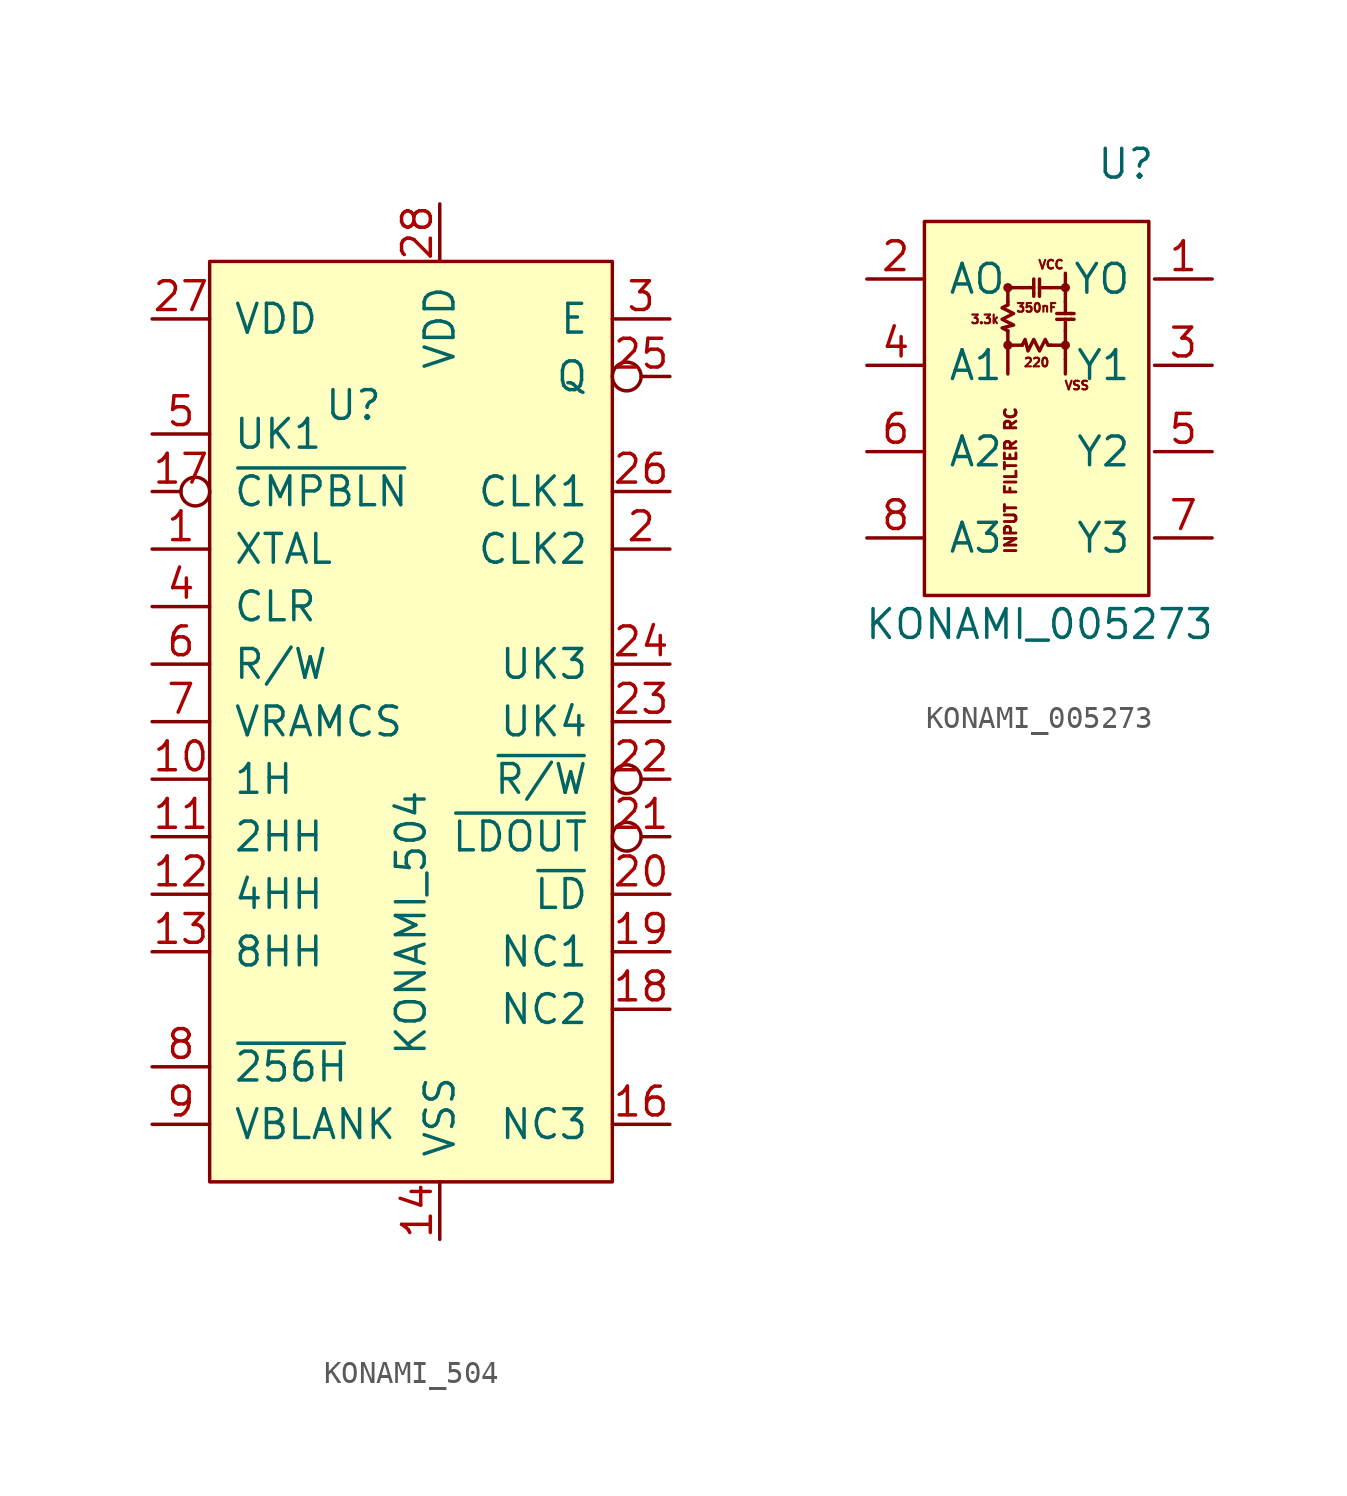
<source format=kicad_sym>
(kicad_symbol_lib
  (version 20231120)
  (generator "kicad_symbol_editor")
  (generator_version "8.0")
  (symbol "KONAMI_504"
    (pin_names
      (offset 1.016))
    (property "Reference" "U"
      (at 0 0 0)
      (effects (font (size 1.27 1.27))))
    (property "Value" "KONAMI_504"
      (at 2.54 -22.86 90)
      (effects (font (size 1.27 1.27))))
    (symbol "KONAMI_504_0_1"
      (rectangle (start -6.35 6.35) (end 11.43 -34.29) (stroke (width 0) (type default)) (fill (type background))))
    (symbol "KONAMI_504_1_1"
      (pin input line (at -8.89 -6.35 0) (length 2.54) (name "XTAL" (effects (font (size 1.27 1.27)))) (number "1" (effects (font (size 1.27 1.27)))))
      (pin input line (at -8.89 -16.51 0) (length 2.54) (name "1H" (effects (font (size 1.27 1.27)))) (number "10" (effects (font (size 1.27 1.27)))))
      (pin input line (at -8.89 -19.05 0) (length 2.54) (name "2HH" (effects (font (size 1.27 1.27)))) (number "11" (effects (font (size 1.27 1.27)))))
      (pin input line (at -8.89 -21.59 0) (length 2.54) (name "4HH" (effects (font (size 1.27 1.27)))) (number "12" (effects (font (size 1.27 1.27)))))
      (pin input line (at -8.89 -24.13 0) (length 2.54) (name "8HH" (effects (font (size 1.27 1.27)))) (number "13" (effects (font (size 1.27 1.27)))))
      (pin power_in line (at 3.81 -36.83 90) (length 2.54) (name "VSS" (effects (font (size 1.27 1.27)))) (number "14" (effects (font (size 1.27 1.27)))))
      (pin output line (at 13.97 -31.75 180) (length 2.54) (name "NC3" (effects (font (size 1.27 1.27)))) (number "16" (effects (font (size 1.27 1.27)))))
      (pin output inverted (at -8.89 -3.81 0) (length 2.54) (name "~{CMPBLN}" (effects (font (size 1.27 1.27)))) (number "17" (effects (font (size 1.27 1.27)))))
      (pin output line (at 13.97 -26.67 180) (length 2.54) (name "NC2" (effects (font (size 1.27 1.27)))) (number "18" (effects (font (size 1.27 1.27)))))
      (pin output line (at 13.97 -24.13 180) (length 2.54) (name "NC1" (effects (font (size 1.27 1.27)))) (number "19" (effects (font (size 1.27 1.27)))))
      (pin output line (at 13.97 -6.35 180) (length 2.54) (name "CLK2" (effects (font (size 1.27 1.27)))) (number "2" (effects (font (size 1.27 1.27)))))
      (pin output line (at 13.97 -21.59 180) (length 2.54) (name "~{LD}" (effects (font (size 1.27 1.27)))) (number "20" (effects (font (size 1.27 1.27)))))
      (pin output inverted (at 13.97 -19.05 180) (length 2.54) (name "~{LDOUT}" (effects (font (size 1.27 1.27)))) (number "21" (effects (font (size 1.27 1.27)))))
      (pin output inverted (at 13.97 -16.51 180) (length 2.54) (name "~{R/W}" (effects (font (size 1.27 1.27)))) (number "22" (effects (font (size 1.27 1.27)))))
      (pin output line (at 13.97 -13.97 180) (length 2.54) (name "UK4" (effects (font (size 1.27 1.27)))) (number "23" (effects (font (size 1.27 1.27)))))
      (pin output line (at 13.97 -11.43 180) (length 2.54) (name "UK3" (effects (font (size 1.27 1.27)))) (number "24" (effects (font (size 1.27 1.27)))))
      (pin output inverted (at 13.97 1.27 180) (length 2.54) (name "Q" (effects (font (size 1.27 1.27)))) (number "25" (effects (font (size 1.27 1.27)))))
      (pin output line (at 13.97 -3.81 180) (length 2.54) (name "CLK1" (effects (font (size 1.27 1.27)))) (number "26" (effects (font (size 1.27 1.27)))))
      (pin input line (at -8.89 3.81 0) (length 2.54) (name "VDD" (effects (font (size 1.27 1.27)))) (number "27" (effects (font (size 1.27 1.27)))))
      (pin power_in line (at 3.81 8.89 270) (length 2.54) (name "VDD" (effects (font (size 1.27 1.27)))) (number "28" (effects (font (size 1.27 1.27)))))
      (pin output line (at 13.97 3.81 180) (length 2.54) (name "E" (effects (font (size 1.27 1.27)))) (number "3" (effects (font (size 1.27 1.27)))))
      (pin input line (at -8.89 -8.89 0) (length 2.54) (name "CLR" (effects (font (size 1.27 1.27)))) (number "4" (effects (font (size 1.27 1.27)))))
      (pin input line (at -8.89 -1.27 0) (length 2.54) (name "UK1" (effects (font (size 1.27 1.27)))) (number "5" (effects (font (size 1.27 1.27)))))
      (pin input line (at -8.89 -11.43 0) (length 2.54) (name "R/W" (effects (font (size 1.27 1.27)))) (number "6" (effects (font (size 1.27 1.27)))))
      (pin input line (at -8.89 -13.97 0) (length 2.54) (name "VRAMCS" (effects (font (size 1.27 1.27)))) (number "7" (effects (font (size 1.27 1.27)))))
      (pin input line (at -8.89 -29.21 0) (length 2.54) (name "~{256H}" (effects (font (size 1.27 1.27)))) (number "8" (effects (font (size 1.27 1.27)))))
      (pin input line (at -8.89 -31.75 0) (length 2.54) (name "VBLANK" (effects (font (size 1.27 1.27)))) (number "9" (effects (font (size 1.27 1.27)))))))
  (symbol "KONAMI_005273"
    (pin_names
      (offset 1.016))
    (property "Reference" "U"
      (at 3.81 10.16 0)
      (effects (font (size 1.27 1.27))))
    (property "Value" "KONAMI_005273"
      (at 0 -10.16 0)
      (effects (font (size 1.27 1.27))))
    (symbol "KONAMI_005273_0_0"
      (circle (center -1.397 2.159) (radius 0.127) (stroke (width 0.152) (type default)) (fill (type none)))
      (circle (center -1.397 4.699) (radius 0.127) (stroke (width 0.152) (type default)) (fill (type none)))
      (polyline (pts (xy -1.397 2.159) (xy -1.397 0.889)) (stroke (width 0.152) (type default)) (fill (type none)))
      (polyline (pts (xy -1.397 2.159) (xy -1.397 2.794)) (stroke (width 0.152) (type default)) (fill (type none)))
      (polyline (pts (xy -1.397 2.159) (xy -0.762 2.159)) (stroke (width 0.152) (type default)) (fill (type none)))
      (polyline (pts (xy -1.397 4.064) (xy -1.397 3.937)) (stroke (width 0.152) (type default)) (fill (type none)))
      (polyline (pts (xy -1.397 4.699) (xy -1.397 4.064)) (stroke (width 0.152) (type default)) (fill (type none)))
      (polyline (pts (xy -0.762 4.699) (xy -1.397 4.699)) (stroke (width 0.152) (type default)) (fill (type none)))
      (polyline (pts (xy -0.254 4.445) (xy -0.254 4.318)) (stroke (width 0.152) (type default)) (fill (type none)))
      (polyline (pts (xy -0.254 4.699) (xy -0.762 4.699)) (stroke (width 0.152) (type default)) (fill (type none)))
      (polyline (pts (xy -0.254 5.08) (xy -0.254 4.445)) (stroke (width 0.152) (type default)) (fill (type none)))
      (polyline (pts (xy 0 4.445) (xy 0 4.318)) (stroke (width 0.152) (type default)) (fill (type none)))
      (polyline (pts (xy 0 5.08) (xy 0 4.445)) (stroke (width 0.152) (type default)) (fill (type none)))
      (polyline (pts (xy 0.508 2.159) (xy 0.381 2.159)) (stroke (width 0.152) (type default)) (fill (type none)))
      (polyline (pts (xy 0.508 4.699) (xy 0 4.699)) (stroke (width 0.152) (type default)) (fill (type none)))
      (polyline (pts (xy 0.762 3.302) (xy 1.397 3.302)) (stroke (width 0.152) (type default)) (fill (type none)))
      (polyline (pts (xy 0.762 3.556) (xy 1.397 3.556)) (stroke (width 0.152) (type default)) (fill (type none)))
      (polyline (pts (xy 1.143 1.524) (xy 1.143 0.889)) (stroke (width 0.152) (type default)) (fill (type none)))
      (polyline (pts (xy 1.143 2.159) (xy 0.508 2.159)) (stroke (width 0.152) (type default)) (fill (type none)))
      (polyline (pts (xy 1.143 2.794) (xy 1.143 1.524)) (stroke (width 0.152) (type default)) (fill (type none)))
      (polyline (pts (xy 1.143 3.302) (xy 1.143 2.794)) (stroke (width 0.152) (type default)) (fill (type none)))
      (polyline (pts (xy 1.143 4.064) (xy 1.143 3.556)) (stroke (width 0.152) (type default)) (fill (type none)))
      (polyline (pts (xy 1.143 4.699) (xy 0.508 4.699)) (stroke (width 0.152) (type default)) (fill (type none)))
      (polyline (pts (xy 1.143 5.334) (xy 1.143 4.064)) (stroke (width 0.152) (type default)) (fill (type none)))
      (polyline (pts (xy 1.397 3.302) (xy 1.524 3.302)) (stroke (width 0.152) (type default)) (fill (type none)))
      (polyline (pts (xy 1.397 3.556) (xy 1.524 3.556)) (stroke (width 0.152) (type default)) (fill (type none)))
      (polyline (pts (xy -1.397 2.794) (xy -1.651 2.921) (xy -1.143 3.048) (xy -1.651 3.302) (xy -1.143 3.556) (xy -1.651 3.81) (xy -1.397 3.937)) (stroke (width 0.152) (type default)) (fill (type none)))
      (polyline (pts (xy -0.762 2.159) (xy -0.635 2.413) (xy -0.508 1.905) (xy -0.254 2.413) (xy 0 1.905) (xy 0.254 2.413) (xy 0.381 2.159)) (stroke (width 0.152) (type default)) (fill (type none)))
      (circle (center 1.143 2.159) (radius 0.127) (stroke (width 0.152) (type default)) (fill (type none)))
      (circle (center 1.143 4.699) (radius 0.127) (stroke (width 0.152) (type default)) (fill (type none)))
      (text "220" (at -0.127 1.397 0) (effects (font (size 0.381 0.381))))
      (text "3.3k" (at -2.413 3.302 0) (effects (font (size 0.381 0.381))))
      (text "350nF" (at -0.127 3.81 0) (effects (font (size 0.381 0.381))))
      (text "INPUT FILTER RC" (at -1.27 -3.81 900) (effects (font (size 0.508 0.508))))
      (text "VCC" (at 0.508 5.715 0) (effects (font (size 0.381 0.381))))
      (text "VSS" (at 1.651 0.381 0) (effects (font (size 0.381 0.381)))))
    (symbol "KONAMI_005273_0_1"
      (rectangle (start -5.08 7.62) (end 4.826 -8.89) (stroke (width 0) (type default)) (fill (type background))))
    (symbol "KONAMI_005273_1_1"
      (pin output line (at 7.62 5.08 180) (length 2.54) (name "YO" (effects (font (size 1.27 1.27)))) (number "1" (effects (font (size 1.27 1.27)))))
      (pin input line (at -7.62 5.08 0) (length 2.54) (name "AO" (effects (font (size 1.27 1.27)))) (number "2" (effects (font (size 1.27 1.27)))))
      (pin output line (at 7.62 1.27 180) (length 2.54) (name "Y1" (effects (font (size 1.27 1.27)))) (number "3" (effects (font (size 1.27 1.27)))))
      (pin input line (at -7.62 1.27 0) (length 2.54) (name "A1" (effects (font (size 1.27 1.27)))) (number "4" (effects (font (size 1.27 1.27)))))
      (pin output line (at 7.62 -2.54 180) (length 2.54) (name "Y2" (effects (font (size 1.27 1.27)))) (number "5" (effects (font (size 1.27 1.27)))))
      (pin input line (at -7.62 -2.54 0) (length 2.54) (name "A2" (effects (font (size 1.27 1.27)))) (number "6" (effects (font (size 1.27 1.27)))))
      (pin output line (at 7.62 -6.35 180) (length 2.54) (name "Y3" (effects (font (size 1.27 1.27)))) (number "7" (effects (font (size 1.27 1.27)))))
      (pin input line (at -7.62 -6.35 0) (length 2.54) (name "A3" (effects (font (size 1.27 1.27)))) (number "8" (effects (font (size 1.27 1.27))))))))
</source>
